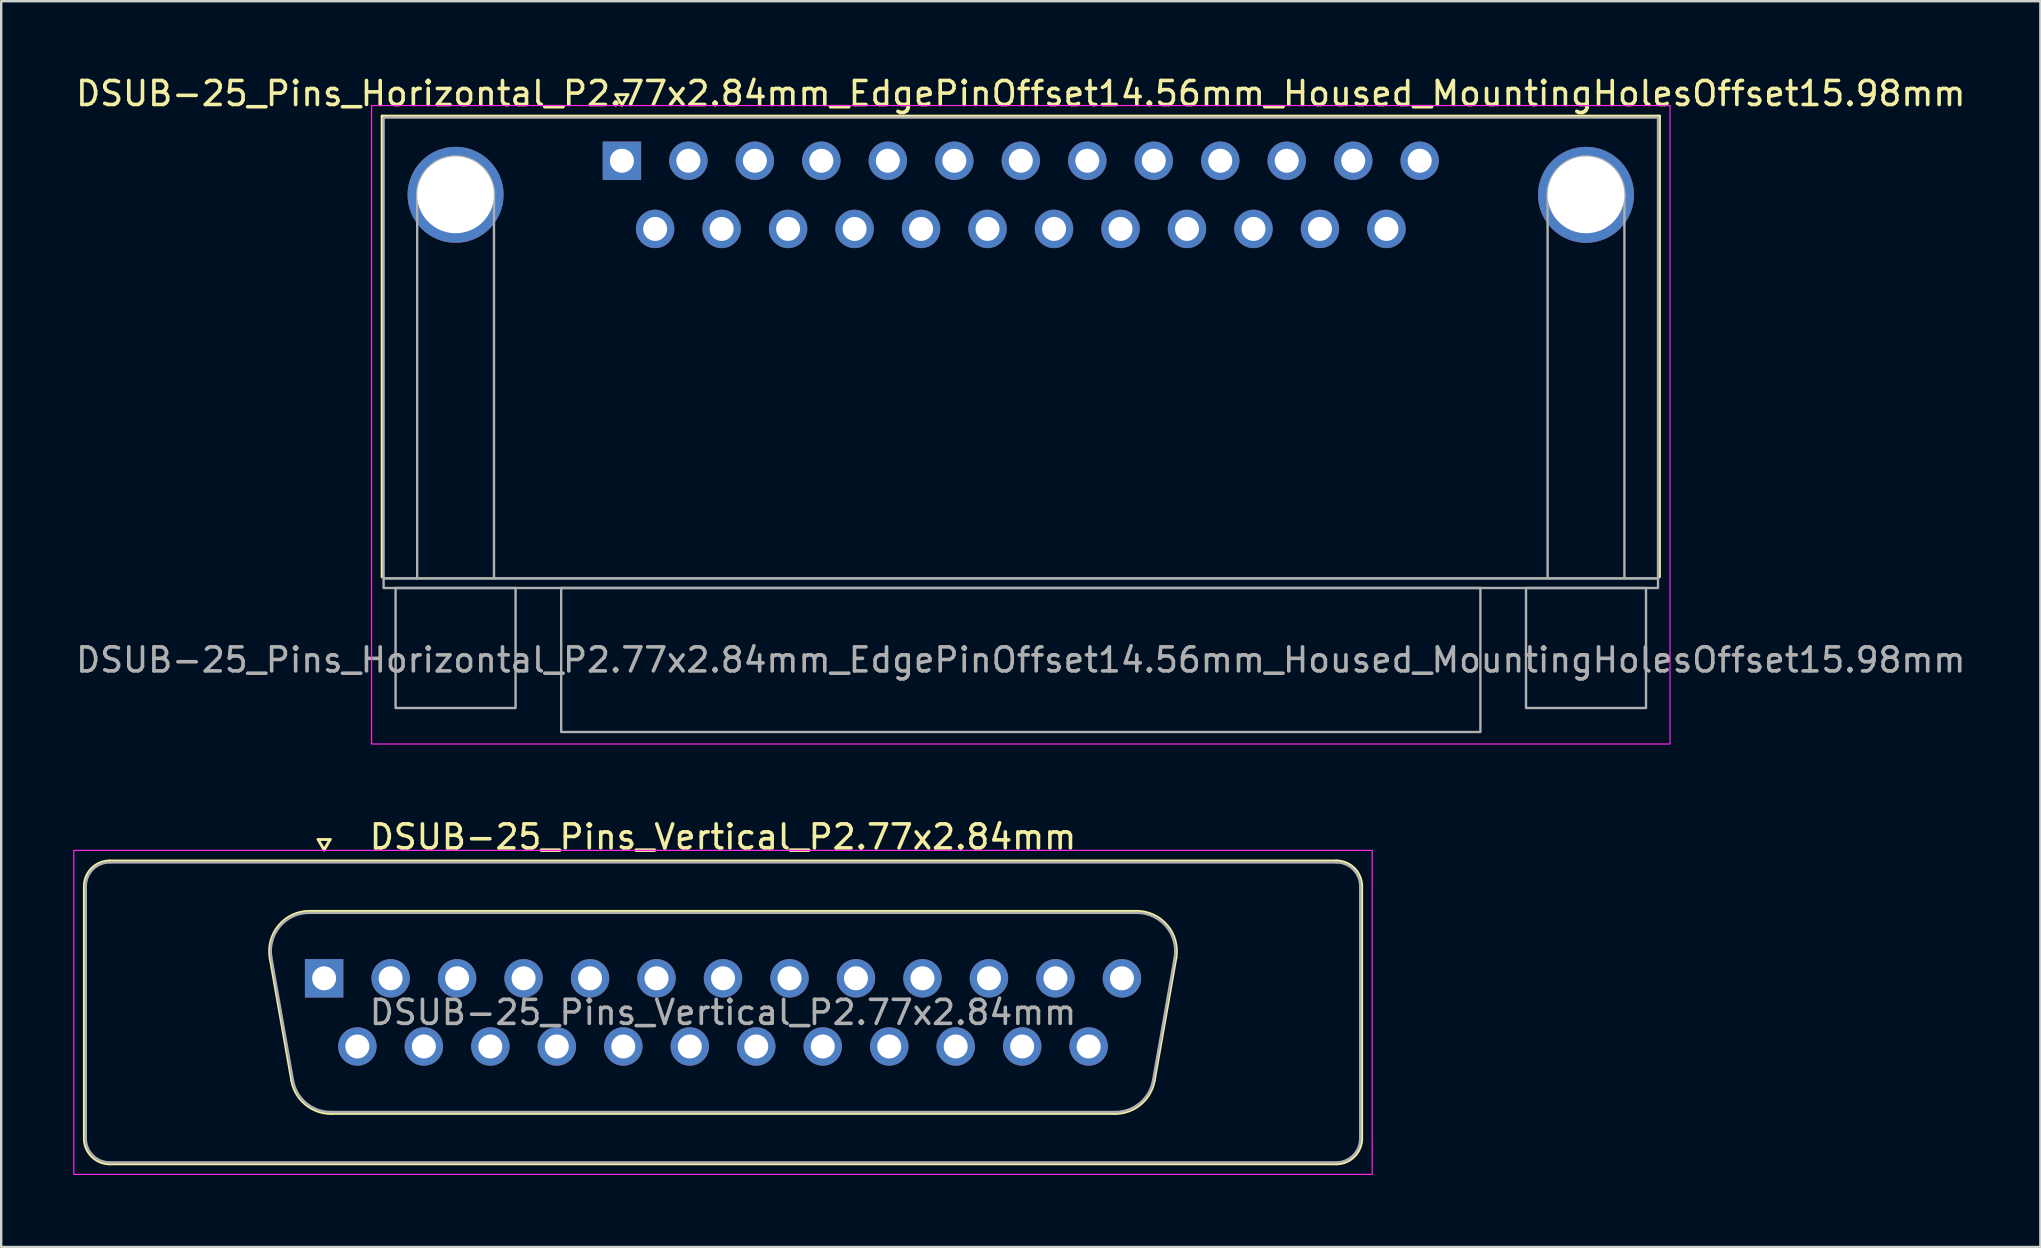
<source format=kicad_pcb>
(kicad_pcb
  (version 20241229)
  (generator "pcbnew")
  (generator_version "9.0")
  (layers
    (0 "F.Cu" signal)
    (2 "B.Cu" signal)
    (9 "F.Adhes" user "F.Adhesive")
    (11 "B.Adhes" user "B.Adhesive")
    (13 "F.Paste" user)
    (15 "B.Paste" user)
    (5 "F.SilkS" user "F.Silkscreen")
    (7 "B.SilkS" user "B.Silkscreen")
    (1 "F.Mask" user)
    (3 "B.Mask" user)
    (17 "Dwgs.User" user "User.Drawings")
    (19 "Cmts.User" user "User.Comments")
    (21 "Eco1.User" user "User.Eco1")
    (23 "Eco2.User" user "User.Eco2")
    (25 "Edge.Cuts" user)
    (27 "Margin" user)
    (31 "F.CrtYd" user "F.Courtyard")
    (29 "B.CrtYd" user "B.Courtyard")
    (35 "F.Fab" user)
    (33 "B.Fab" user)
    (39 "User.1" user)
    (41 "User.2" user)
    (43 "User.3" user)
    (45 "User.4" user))
  (footprint "DSUB-25_Pins_Vertical_P2.77x2.84mm"
    (layer "F.Cu")
    (at 10.455 37.712)
    (property "Reference" "DSUB-25_Pins_Vertical_P2.77x2.84mm" (at 16.62 -5.89 0) (layer "F.SilkS") (effects (font (size 1 1) (thickness 0.15))))
    (attr through_hole)
    (fp_line (start -9.99 6.67) (end -9.99 -3.83) (stroke (width 0.12) (type solid)) (layer "F.SilkS"))
    (fp_line (start -8.93 -4.89) (end 42.17 -4.89) (stroke (width 0.12) (type solid)) (layer "F.SilkS"))
    (fp_line (start -1.347 4.258) (end -2.246 -0.842) (stroke (width 0.12) (type solid)) (layer "F.SilkS"))
    (fp_line (start -0.612 -2.79) (end 33.852 -2.79) (stroke (width 0.12) (type solid)) (layer "F.SilkS"))
    (fp_line (start -0.25 -5.784) (end 0.25 -5.784) (stroke (width 0.12) (type solid)) (layer "F.SilkS"))
    (fp_line (start 0 -5.351) (end -0.25 -5.784) (stroke (width 0.12) (type solid)) (layer "F.SilkS"))
    (fp_line (start 0.25 -5.784) (end 0 -5.351) (stroke (width 0.12) (type solid)) (layer "F.SilkS"))
    (fp_line (start 32.952 5.63) (end 0.288 5.63) (stroke (width 0.12) (type solid)) (layer "F.SilkS"))
    (fp_line (start 35.486 -0.842) (end 34.587 4.258) (stroke (width 0.12) (type solid)) (layer "F.SilkS"))
    (fp_line (start 42.17 7.73) (end -8.93 7.73) (stroke (width 0.12) (type solid)) (layer "F.SilkS"))
    (fp_line (start 43.23 -3.83) (end 43.23 6.67) (stroke (width 0.12) (type solid)) (layer "F.SilkS"))
    (fp_arc (start -9.99 -3.83) (mid -9.679533 -4.579533) (end -8.93 -4.89) (stroke (width 0.12) (type solid)) (layer "F.SilkS"))
    (fp_arc (start -8.93 7.73) (mid -9.679533 7.419533) (end -9.99 6.67) (stroke (width 0.12) (type solid)) (layer "F.SilkS"))
    (fp_arc (start -2.24647 -0.841744) (mid -1.883323 -2.197027) (end -0.611689 -2.79) (stroke (width 0.12) (type solid)) (layer "F.SilkS"))
    (fp_arc (start 0.287579 5.63) (mid -0.779449 5.241634) (end -1.347202 4.258256) (stroke (width 0.12) (type solid)) (layer "F.SilkS"))
    (fp_arc (start 33.851689 -2.79) (mid 35.123323 -2.197027) (end 35.48647 -0.841744) (stroke (width 0.12) (type solid)) (layer "F.SilkS"))
    (fp_arc (start 34.587202 4.258256) (mid 34.019449 5.241634) (end 32.952421 5.63) (stroke (width 0.12) (type solid)) (layer "F.SilkS"))
    (fp_arc (start 42.17 -4.89) (mid 42.919533 -4.579533) (end 43.23 -3.83) (stroke (width 0.12) (type solid)) (layer "F.SilkS"))
    (fp_arc (start 43.23 6.67) (mid 42.919533 7.419533) (end 42.17 7.73) (stroke (width 0.12) (type solid)) (layer "F.SilkS"))
    (fp_rect (start -10.43 -5.33) (end 43.67 8.17) (stroke (width 0.05) (type solid)) (fill no) (layer "F.CrtYd"))
    (fp_line (start -9.93 6.67) (end -9.93 -3.83) (stroke (width 0.1) (type solid)) (layer "F.Fab"))
    (fp_line (start -8.93 -4.83) (end 42.17 -4.83) (stroke (width 0.1) (type solid)) (layer "F.Fab"))
    (fp_line (start -1.3 4.248) (end -2.199 -0.852) (stroke (width 0.1) (type solid)) (layer "F.Fab"))
    (fp_line (start -0.623 -2.73) (end 33.863 -2.73) (stroke (width 0.1) (type solid)) (layer "F.Fab"))
    (fp_line (start 32.964 5.57) (end 0.276 5.57) (stroke (width 0.1) (type solid)) (layer "F.Fab"))
    (fp_line (start 35.439 -0.852) (end 34.54 4.248) (stroke (width 0.1) (type solid)) (layer "F.Fab"))
    (fp_line (start 42.17 7.67) (end -8.93 7.67) (stroke (width 0.1) (type solid)) (layer "F.Fab"))
    (fp_line (start 43.17 -3.83) (end 43.17 6.67) (stroke (width 0.1) (type solid)) (layer "F.Fab"))
    (fp_arc (start -9.93 -3.83) (mid -9.637107 -4.537107) (end -8.93 -4.83) (stroke (width 0.1) (type solid)) (layer "F.Fab"))
    (fp_arc (start -8.93 7.67) (mid -9.637107 7.377107) (end -9.93 6.67) (stroke (width 0.1) (type solid)) (layer "F.Fab"))
    (fp_arc (start -2.198887 -0.852163) (mid -1.848865 -2.15846) (end -0.623194 -2.73) (stroke (width 0.1) (type solid)) (layer "F.Fab"))
    (fp_arc (start 0.276073 5.57) (mid -0.752387 5.195671) (end -1.299619 4.247837) (stroke (width 0.1) (type solid)) (layer "F.Fab"))
    (fp_arc (start 33.863194 -2.73) (mid 35.088865 -2.15846) (end 35.438887 -0.852163) (stroke (width 0.1) (type solid)) (layer "F.Fab"))
    (fp_arc (start 34.539619 4.247837) (mid 33.992387 5.195671) (end 32.963927 5.57) (stroke (width 0.1) (type solid)) (layer "F.Fab"))
    (fp_arc (start 42.17 -4.83) (mid 42.877107 -4.537107) (end 43.17 -3.83) (stroke (width 0.1) (type solid)) (layer "F.Fab"))
    (fp_arc (start 43.17 6.67) (mid 42.877107 7.377107) (end 42.17 7.67) (stroke (width 0.1) (type solid)) (layer "F.Fab"))
    (fp_text user "${REFERENCE}" (at 16.62 1.42 0) (layer "F.Fab") (effects (font (size 1 1) (thickness 0.15))))
    (pad "1" thru_hole rect (at 0 0) (size 1.6 1.6) (drill 1) (layers "*.Cu" "*.Mask"))
    (pad "2" thru_hole circle (at 2.77 0) (size 1.6 1.6) (drill 1) (layers "*.Cu" "*.Mask"))
    (pad "3" thru_hole circle (at 5.54 0) (size 1.6 1.6) (drill 1) (layers "*.Cu" "*.Mask"))
    (pad "4" thru_hole circle (at 8.31 0) (size 1.6 1.6) (drill 1) (layers "*.Cu" "*.Mask"))
    (pad "5" thru_hole circle (at 11.08 0) (size 1.6 1.6) (drill 1) (layers "*.Cu" "*.Mask"))
    (pad "6" thru_hole circle (at 13.85 0) (size 1.6 1.6) (drill 1) (layers "*.Cu" "*.Mask"))
    (pad "7" thru_hole circle (at 16.62 0) (size 1.6 1.6) (drill 1) (layers "*.Cu" "*.Mask"))
    (pad "8" thru_hole circle (at 19.39 0) (size 1.6 1.6) (drill 1) (layers "*.Cu" "*.Mask"))
    (pad "9" thru_hole circle (at 22.16 0) (size 1.6 1.6) (drill 1) (layers "*.Cu" "*.Mask"))
    (pad "10" thru_hole circle (at 24.93 0) (size 1.6 1.6) (drill 1) (layers "*.Cu" "*.Mask"))
    (pad "11" thru_hole circle (at 27.7 0) (size 1.6 1.6) (drill 1) (layers "*.Cu" "*.Mask"))
    (pad "12" thru_hole circle (at 30.47 0) (size 1.6 1.6) (drill 1) (layers "*.Cu" "*.Mask"))
    (pad "13" thru_hole circle (at 33.24 0) (size 1.6 1.6) (drill 1) (layers "*.Cu" "*.Mask"))
    (pad "14" thru_hole circle (at 1.385 2.84) (size 1.6 1.6) (drill 1) (layers "*.Cu" "*.Mask"))
    (pad "15" thru_hole circle (at 4.155 2.84) (size 1.6 1.6) (drill 1) (layers "*.Cu" "*.Mask"))
    (pad "16" thru_hole circle (at 6.925 2.84) (size 1.6 1.6) (drill 1) (layers "*.Cu" "*.Mask"))
    (pad "17" thru_hole circle (at 9.695 2.84) (size 1.6 1.6) (drill 1) (layers "*.Cu" "*.Mask"))
    (pad "18" thru_hole circle (at 12.465 2.84) (size 1.6 1.6) (drill 1) (layers "*.Cu" "*.Mask"))
    (pad "19" thru_hole circle (at 15.235 2.84) (size 1.6 1.6) (drill 1) (layers "*.Cu" "*.Mask"))
    (pad "20" thru_hole circle (at 18.005 2.84) (size 1.6 1.6) (drill 1) (layers "*.Cu" "*.Mask"))
    (pad "21" thru_hole circle (at 20.775 2.84) (size 1.6 1.6) (drill 1) (layers "*.Cu" "*.Mask"))
    (pad "22" thru_hole circle (at 23.545 2.84) (size 1.6 1.6) (drill 1) (layers "*.Cu" "*.Mask"))
    (pad "23" thru_hole circle (at 26.315 2.84) (size 1.6 1.6) (drill 1) (layers "*.Cu" "*.Mask"))
    (pad "24" thru_hole circle (at 29.085 2.84) (size 1.6 1.6) (drill 1) (layers "*.Cu" "*.Mask"))
    (pad "25" thru_hole circle (at 31.855 2.84) (size 1.6 1.6) (drill 1) (layers "*.Cu" "*.Mask")))
  (footprint "DSUB-25_Pins_Horizontal_P2.77x2.84mm_EdgePinOffset14.56mm_Housed_MountingHolesOffset15.98mm"
    (layer "F.Cu")
    (at 22.862 3.648)
    (property "Reference" "DSUB-25_Pins_Horizontal_P2.77x2.84mm_EdgePinOffset14.56mm_Housed_MountingHolesOffset15.98mm" (at 16.62 -2.8 0) (layer "F.SilkS") (effects (font (size 1 1) (thickness 0.15))))
    (attr through_hole)
    (fp_line (start -9.99 -1.86) (end 43.23 -1.86) (stroke (width 0.12) (type solid)) (layer "F.SilkS"))
    (fp_line (start -9.99 17.34) (end -9.99 -1.86) (stroke (width 0.12) (type solid)) (layer "F.SilkS"))
    (fp_line (start -0.25 -2.754) (end 0.25 -2.754) (stroke (width 0.12) (type solid)) (layer "F.SilkS"))
    (fp_line (start 0 -2.321) (end -0.25 -2.754) (stroke (width 0.12) (type solid)) (layer "F.SilkS"))
    (fp_line (start 0.25 -2.754) (end 0 -2.321) (stroke (width 0.12) (type solid)) (layer "F.SilkS"))
    (fp_line (start 43.23 -1.86) (end 43.23 17.34) (stroke (width 0.12) (type solid)) (layer "F.SilkS"))
    (fp_rect (start -10.43 -2.3) (end 43.67 24.3) (stroke (width 0.05) (type solid)) (fill no) (layer "F.CrtYd"))
    (fp_line (start -8.53 17.4) (end -8.53 1.42) (stroke (width 0.1) (type solid)) (layer "F.Fab"))
    (fp_line (start -5.33 17.4) (end -5.33 1.42) (stroke (width 0.1) (type solid)) (layer "F.Fab"))
    (fp_line (start 38.57 17.4) (end 38.57 1.42) (stroke (width 0.1) (type solid)) (layer "F.Fab"))
    (fp_line (start 41.77 17.4) (end 41.77 1.42) (stroke (width 0.1) (type solid)) (layer "F.Fab"))
    (fp_rect (start -9.93 -1.8) (end 43.17 17.4) (stroke (width 0.1) (type solid)) (fill no) (layer "F.Fab"))
    (fp_rect (start -9.93 17.4) (end 43.17 17.8) (stroke (width 0.1) (type solid)) (fill no) (layer "F.Fab"))
    (fp_rect (start -9.43 17.8) (end -4.43 22.8) (stroke (width 0.1) (type solid)) (fill no) (layer "F.Fab"))
    (fp_rect (start -2.53 17.8) (end 35.77 23.8) (stroke (width 0.1) (type solid)) (fill no) (layer "F.Fab"))
    (fp_rect (start 37.67 17.8) (end 42.67 22.8) (stroke (width 0.1) (type solid)) (fill no) (layer "F.Fab"))
    (fp_arc (start -8.53 1.42) (mid -6.93 -0.18) (end -5.33 1.42) (stroke (width 0.1) (type solid)) (layer "F.Fab"))
    (fp_arc (start 38.57 1.42) (mid 40.17 -0.18) (end 41.77 1.42) (stroke (width 0.1) (type solid)) (layer "F.Fab"))
    (fp_text user "${REFERENCE}" (at 16.62 20.8 0) (layer "F.Fab") (effects (font (size 1 1) (thickness 0.15))))
    (pad "1" thru_hole rect (at 0 0) (size 1.6 1.6) (drill 1) (layers "*.Cu" "*.Mask"))
    (pad "2" thru_hole circle (at 2.77 0) (size 1.6 1.6) (drill 1) (layers "*.Cu" "*.Mask"))
    (pad "3" thru_hole circle (at 5.54 0) (size 1.6 1.6) (drill 1) (layers "*.Cu" "*.Mask"))
    (pad "4" thru_hole circle (at 8.31 0) (size 1.6 1.6) (drill 1) (layers "*.Cu" "*.Mask"))
    (pad "5" thru_hole circle (at 11.08 0) (size 1.6 1.6) (drill 1) (layers "*.Cu" "*.Mask"))
    (pad "6" thru_hole circle (at 13.85 0) (size 1.6 1.6) (drill 1) (layers "*.Cu" "*.Mask"))
    (pad "7" thru_hole circle (at 16.62 0) (size 1.6 1.6) (drill 1) (layers "*.Cu" "*.Mask"))
    (pad "8" thru_hole circle (at 19.39 0) (size 1.6 1.6) (drill 1) (layers "*.Cu" "*.Mask"))
    (pad "9" thru_hole circle (at 22.16 0) (size 1.6 1.6) (drill 1) (layers "*.Cu" "*.Mask"))
    (pad "10" thru_hole circle (at 24.93 0) (size 1.6 1.6) (drill 1) (layers "*.Cu" "*.Mask"))
    (pad "11" thru_hole circle (at 27.7 0) (size 1.6 1.6) (drill 1) (layers "*.Cu" "*.Mask"))
    (pad "12" thru_hole circle (at 30.47 0) (size 1.6 1.6) (drill 1) (layers "*.Cu" "*.Mask"))
    (pad "13" thru_hole circle (at 33.24 0) (size 1.6 1.6) (drill 1) (layers "*.Cu" "*.Mask"))
    (pad "14" thru_hole circle (at 1.385 2.84) (size 1.6 1.6) (drill 1) (layers "*.Cu" "*.Mask"))
    (pad "15" thru_hole circle (at 4.155 2.84) (size 1.6 1.6) (drill 1) (layers "*.Cu" "*.Mask"))
    (pad "16" thru_hole circle (at 6.925 2.84) (size 1.6 1.6) (drill 1) (layers "*.Cu" "*.Mask"))
    (pad "17" thru_hole circle (at 9.695 2.84) (size 1.6 1.6) (drill 1) (layers "*.Cu" "*.Mask"))
    (pad "18" thru_hole circle (at 12.465 2.84) (size 1.6 1.6) (drill 1) (layers "*.Cu" "*.Mask"))
    (pad "19" thru_hole circle (at 15.235 2.84) (size 1.6 1.6) (drill 1) (layers "*.Cu" "*.Mask"))
    (pad "20" thru_hole circle (at 18.005 2.84) (size 1.6 1.6) (drill 1) (layers "*.Cu" "*.Mask"))
    (pad "21" thru_hole circle (at 20.775 2.84) (size 1.6 1.6) (drill 1) (layers "*.Cu" "*.Mask"))
    (pad "22" thru_hole circle (at 23.545 2.84) (size 1.6 1.6) (drill 1) (layers "*.Cu" "*.Mask"))
    (pad "23" thru_hole circle (at 26.315 2.84) (size 1.6 1.6) (drill 1) (layers "*.Cu" "*.Mask"))
    (pad "24" thru_hole circle (at 29.085 2.84) (size 1.6 1.6) (drill 1) (layers "*.Cu" "*.Mask"))
    (pad "25" thru_hole circle (at 31.855 2.84) (size 1.6 1.6) (drill 1) (layers "*.Cu" "*.Mask"))
    (pad "SH" thru_hole circle (at -6.93 1.42) (size 4 4) (drill 3.2) (layers "*.Cu" "*.Mask"))
    (pad "SH" thru_hole circle (at 40.17 1.42) (size 4 4) (drill 3.2) (layers "*.Cu" "*.Mask")))
  (gr_rect
    (start -3 -3)
    (end 81.964 48.907)
    (stroke (width 0.1) (type default))
    (fill no)
    (layer "Edge.Cuts")))
</source>
